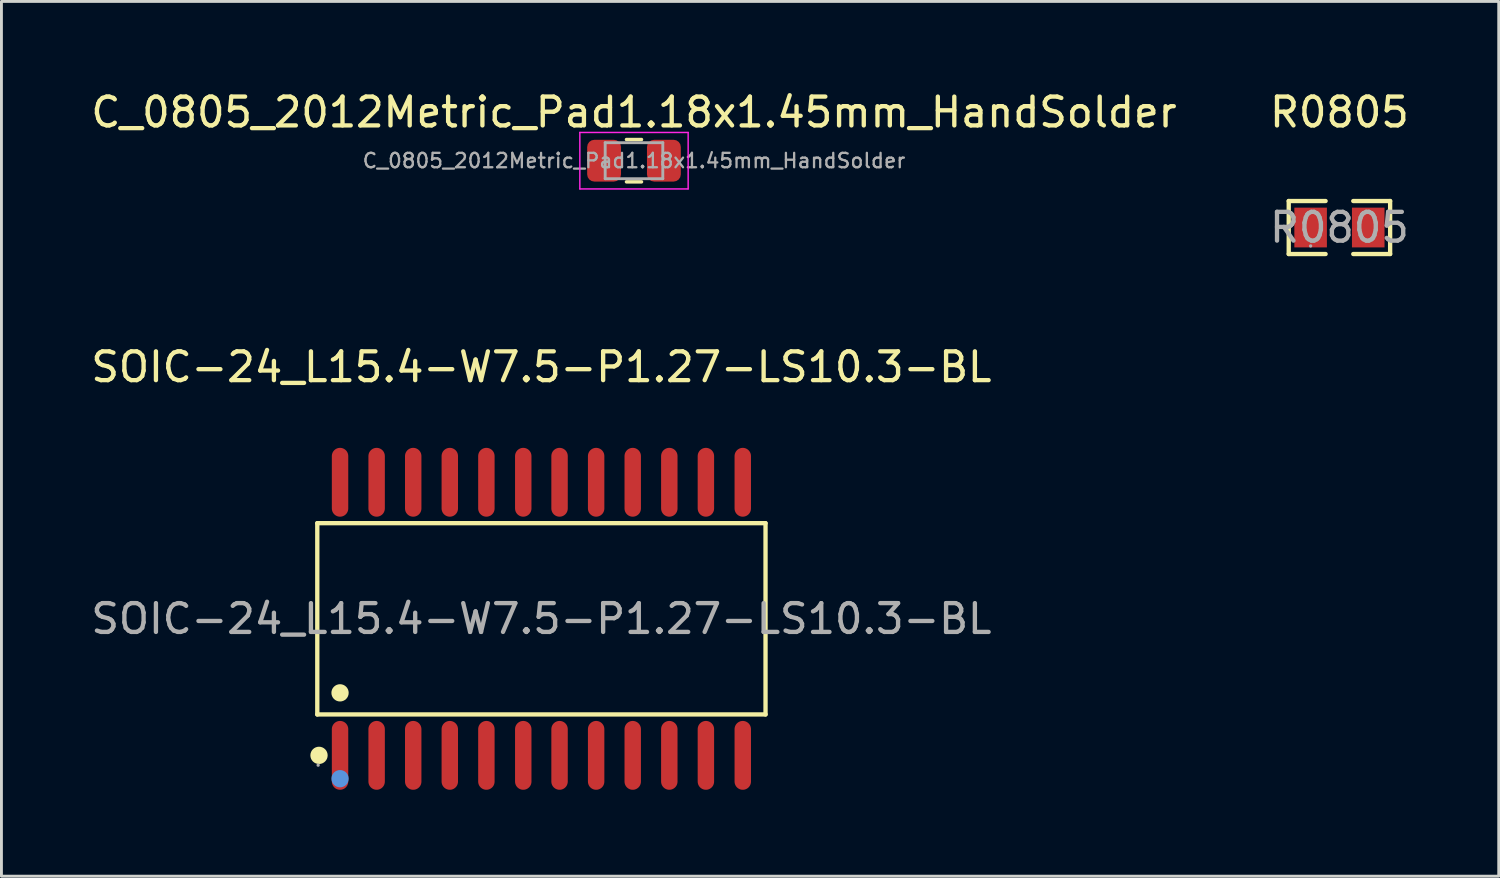
<source format=kicad_pcb>
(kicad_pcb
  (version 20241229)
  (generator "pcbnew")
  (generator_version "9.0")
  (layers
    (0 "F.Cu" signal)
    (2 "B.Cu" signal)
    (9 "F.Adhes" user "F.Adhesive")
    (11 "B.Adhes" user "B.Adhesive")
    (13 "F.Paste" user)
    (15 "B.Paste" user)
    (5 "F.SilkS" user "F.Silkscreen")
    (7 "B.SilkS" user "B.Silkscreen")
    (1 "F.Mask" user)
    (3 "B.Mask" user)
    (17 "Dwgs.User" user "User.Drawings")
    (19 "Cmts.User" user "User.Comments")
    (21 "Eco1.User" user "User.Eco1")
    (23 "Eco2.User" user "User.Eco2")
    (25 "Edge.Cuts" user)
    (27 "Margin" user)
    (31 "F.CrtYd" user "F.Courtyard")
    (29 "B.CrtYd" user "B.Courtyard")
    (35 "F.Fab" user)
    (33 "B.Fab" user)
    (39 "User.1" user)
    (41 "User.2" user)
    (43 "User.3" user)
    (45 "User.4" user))
  (footprint "C_0805_2012Metric_Pad1.18x1.45mm_HandSolder"
    (layer "F.Cu")
    (at 18.958 2.528)
    (property "Reference" "C_0805_2012Metric_Pad1.18x1.45mm_HandSolder" (at 0 -1.68 0) (layer "F.SilkS") (effects (font (size 1 1) (thickness 0.15))))
    (attr smd)
    (fp_line (start -0.261 -0.735) (end 0.261 -0.735) (stroke (width 0.12) (type solid)) (layer "F.SilkS"))
    (fp_line (start -0.261 0.735) (end 0.261 0.735) (stroke (width 0.12) (type solid)) (layer "F.SilkS"))
    (fp_line (start -1.88 -0.98) (end 1.88 -0.98) (stroke (width 0.05) (type solid)) (layer "F.CrtYd"))
    (fp_line (start -1.88 0.98) (end -1.88 -0.98) (stroke (width 0.05) (type solid)) (layer "F.CrtYd"))
    (fp_line (start 1.88 -0.98) (end 1.88 0.98) (stroke (width 0.05) (type solid)) (layer "F.CrtYd"))
    (fp_line (start 1.88 0.98) (end -1.88 0.98) (stroke (width 0.05) (type solid)) (layer "F.CrtYd"))
    (fp_line (start -1 -0.625) (end 1 -0.625) (stroke (width 0.1) (type solid)) (layer "F.Fab"))
    (fp_line (start -1 0.625) (end -1 -0.625) (stroke (width 0.1) (type solid)) (layer "F.Fab"))
    (fp_line (start 1 -0.625) (end 1 0.625) (stroke (width 0.1) (type solid)) (layer "F.Fab"))
    (fp_line (start 1 0.625) (end -1 0.625) (stroke (width 0.1) (type solid)) (layer "F.Fab"))
    (fp_text user "${REFERENCE}" (at 0 0 0) (layer "F.Fab") (effects (font (size 0.5 0.5) (thickness 0.08))))
    (pad "1" smd roundrect (at -1.038 0 180) (size 1.175 1.45) (layers "F.Cu" "F.Mask" "F.Paste") (roundrect_rratio 0.213))
    (pad "2" smd roundrect (at 1.038 0 180) (size 1.175 1.45) (layers "F.Cu" "F.Mask" "F.Paste") (roundrect_rratio 0.213)))
  (footprint "SOIC-24_L15.4-W7.5-P1.27-LS10.3-BL"
    (layer "F.Cu")
    (at 15.744 18.431)
    (property "Reference" "SOIC-24_L15.4-W7.5-P1.27-LS10.3-BL" (at 0 -8.74 0) (layer "F.SilkS") (effects (font (size 1 1) (thickness 0.15))))
    (attr smd)
    (fp_line (start -7.78 -3.32) (end 7.78 -3.32) (stroke (width 0.15) (type solid)) (layer "F.SilkS"))
    (fp_line (start -7.78 3.32) (end -7.78 -3.32) (stroke (width 0.15) (type solid)) (layer "F.SilkS"))
    (fp_line (start 7.78 -3.32) (end 7.78 3.32) (stroke (width 0.15) (type solid)) (layer "F.SilkS"))
    (fp_line (start 7.78 3.32) (end -7.78 3.32) (stroke (width 0.15) (type solid)) (layer "F.SilkS"))
    (fp_circle (center -7.72 4.74) (end -7.57 4.74) (stroke (width 0.3) (type solid)) (fill no) (layer "F.SilkS"))
    (fp_circle (center -6.99 2.57) (end -6.84 2.57) (stroke (width 0.3) (type solid)) (fill no) (layer "F.SilkS"))
    (fp_circle (center -6.99 5.55) (end -6.84 5.55) (stroke (width 0.3) (type solid)) (fill no) (layer "Cmts.User"))
    (fp_circle (center -7.75 5.08) (end -7.72 5.08) (stroke (width 0.06) (type solid)) (fill no) (layer "F.Fab"))
    (fp_text user "${REFERENCE}" (at 0 0 0) (layer "F.Fab") (effects (font (size 1 1) (thickness 0.15))))
    (pad "1" smd oval (at -6.99 4.74 180) (size 0.57 2.39) (layers "F.Cu" "F.Mask" "F.Paste"))
    (pad "2" smd oval (at -5.72 4.74 180) (size 0.57 2.39) (layers "F.Cu" "F.Mask" "F.Paste"))
    (pad "3" smd oval (at -4.45 4.74 180) (size 0.57 2.39) (layers "F.Cu" "F.Mask" "F.Paste"))
    (pad "4" smd oval (at -3.18 4.74 180) (size 0.57 2.39) (layers "F.Cu" "F.Mask" "F.Paste"))
    (pad "5" smd oval (at -1.91 4.74 180) (size 0.57 2.39) (layers "F.Cu" "F.Mask" "F.Paste"))
    (pad "6" smd oval (at -0.63 4.74 180) (size 0.57 2.39) (layers "F.Cu" "F.Mask" "F.Paste"))
    (pad "7" smd oval (at 0.63 4.74 180) (size 0.57 2.39) (layers "F.Cu" "F.Mask" "F.Paste"))
    (pad "8" smd oval (at 1.9 4.74 180) (size 0.57 2.39) (layers "F.Cu" "F.Mask" "F.Paste"))
    (pad "9" smd oval (at 3.17 4.74 180) (size 0.57 2.39) (layers "F.Cu" "F.Mask" "F.Paste"))
    (pad "10" smd oval (at 4.44 4.74 180) (size 0.57 2.39) (layers "F.Cu" "F.Mask" "F.Paste"))
    (pad "11" smd oval (at 5.71 4.74 180) (size 0.57 2.39) (layers "F.Cu" "F.Mask" "F.Paste"))
    (pad "12" smd oval (at 6.99 4.74 180) (size 0.57 2.39) (layers "F.Cu" "F.Mask" "F.Paste"))
    (pad "13" smd oval (at 6.99 -4.74 180) (size 0.57 2.39) (layers "F.Cu" "F.Mask" "F.Paste"))
    (pad "14" smd oval (at 5.71 -4.74 180) (size 0.57 2.39) (layers "F.Cu" "F.Mask" "F.Paste"))
    (pad "15" smd oval (at 4.44 -4.74 180) (size 0.57 2.39) (layers "F.Cu" "F.Mask" "F.Paste"))
    (pad "16" smd oval (at 3.17 -4.74 180) (size 0.57 2.39) (layers "F.Cu" "F.Mask" "F.Paste"))
    (pad "17" smd oval (at 1.9 -4.74 180) (size 0.57 2.39) (layers "F.Cu" "F.Mask" "F.Paste"))
    (pad "18" smd oval (at 0.63 -4.74 180) (size 0.57 2.39) (layers "F.Cu" "F.Mask" "F.Paste"))
    (pad "19" smd oval (at -0.63 -4.74 180) (size 0.57 2.39) (layers "F.Cu" "F.Mask" "F.Paste"))
    (pad "20" smd oval (at -1.91 -4.74 180) (size 0.57 2.39) (layers "F.Cu" "F.Mask" "F.Paste"))
    (pad "21" smd oval (at -3.18 -4.74 180) (size 0.57 2.39) (layers "F.Cu" "F.Mask" "F.Paste"))
    (pad "22" smd oval (at -4.45 -4.74 180) (size 0.57 2.39) (layers "F.Cu" "F.Mask" "F.Paste"))
    (pad "23" smd oval (at -5.72 -4.74 180) (size 0.57 2.39) (layers "F.Cu" "F.Mask" "F.Paste"))
    (pad "24" smd oval (at -6.99 -4.74 180) (size 0.57 2.39) (layers "F.Cu" "F.Mask" "F.Paste")))
  (footprint "R0805"
    (layer "F.Cu")
    (at 43.446 4.848)
    (property "Reference" "R0805" (at 0 -4 0) (layer "F.SilkS") (effects (font (size 1 1) (thickness 0.15))))
    (attr through_hole)
    (fp_line (start -1.76 -0.92) (end -0.48 -0.92) (stroke (width 0.15) (type solid)) (layer "F.SilkS"))
    (fp_line (start -1.76 0.92) (end -1.76 -0.92) (stroke (width 0.15) (type solid)) (layer "F.SilkS"))
    (fp_line (start -0.48 0.92) (end -1.76 0.92) (stroke (width 0.15) (type solid)) (layer "F.SilkS"))
    (fp_line (start 0.48 0.92) (end 1.76 0.92) (stroke (width 0.15) (type solid)) (layer "F.SilkS"))
    (fp_line (start 1.76 -0.92) (end 0.48 -0.92) (stroke (width 0.15) (type solid)) (layer "F.SilkS"))
    (fp_line (start 1.76 0.92) (end 1.76 -0.92) (stroke (width 0.15) (type solid)) (layer "F.SilkS"))
    (fp_circle (center -1 0.64) (end -0.97 0.64) (stroke (width 0.06) (type solid)) (fill no) (layer "F.Fab"))
    (fp_text user "${REFERENCE}" (at 0 0 0) (layer "F.Fab") (effects (font (size 1 1) (thickness 0.15))))
    (pad "1" smd rect (at -1 0) (size 1.13 1.38) (layers "F.Cu" "F.Mask" "F.Paste"))
    (pad "2" smd rect (at 1 0) (size 1.13 1.38) (layers "F.Cu" "F.Mask" "F.Paste")))
  (gr_rect
    (start -3 -3)
    (end 48.976 27.366)
    (stroke (width 0.1) (type default))
    (fill no)
    (layer "Edge.Cuts")))
</source>
